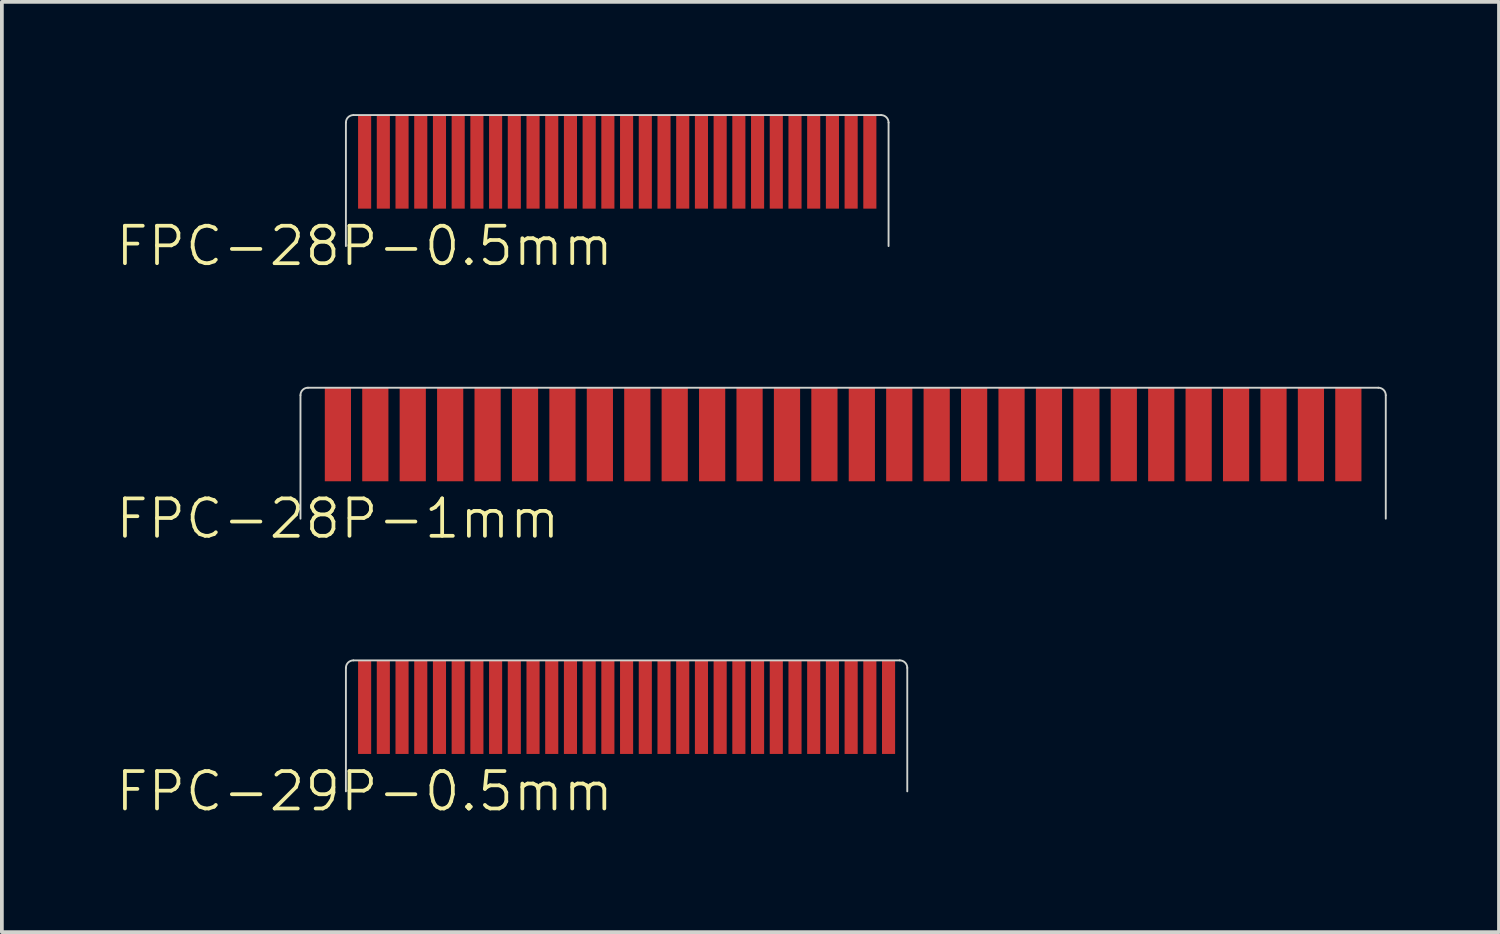
<source format=kicad_pcb>
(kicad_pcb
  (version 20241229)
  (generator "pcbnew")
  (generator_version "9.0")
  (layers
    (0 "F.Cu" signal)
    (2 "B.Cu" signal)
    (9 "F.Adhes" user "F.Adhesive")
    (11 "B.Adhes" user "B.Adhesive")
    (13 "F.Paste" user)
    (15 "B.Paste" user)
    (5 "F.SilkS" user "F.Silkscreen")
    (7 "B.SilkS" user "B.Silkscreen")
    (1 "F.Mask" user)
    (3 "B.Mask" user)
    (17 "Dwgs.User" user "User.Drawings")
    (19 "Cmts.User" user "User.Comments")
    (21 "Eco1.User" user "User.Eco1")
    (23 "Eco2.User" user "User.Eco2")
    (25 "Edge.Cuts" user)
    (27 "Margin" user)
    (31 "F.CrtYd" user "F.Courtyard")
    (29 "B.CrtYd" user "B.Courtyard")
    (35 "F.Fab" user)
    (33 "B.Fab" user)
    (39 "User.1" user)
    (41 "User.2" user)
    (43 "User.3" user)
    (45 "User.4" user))
  (footprint "FPC-29P-0.5mm"
    (layer "F.Cu")
    (at 6.693 15.846)
    (property "Reference" "FPC-29P-0.5mm" (at 0 2.25 0) (unlocked yes) (layer "F.SilkS") (effects (font (size 1 1) (thickness 0.1))))
    (attr smd)
    (fp_line (start -0.5 2.25) (end -0.5 -1.05) (stroke (width 0.05) (type default)) (layer "Edge.Cuts"))
    (fp_line (start -0.3 -1.25) (end 14.3 -1.25) (stroke (width 0.05) (type default)) (layer "Edge.Cuts"))
    (fp_line (start 14.5 2.25) (end 14.5 -1.05) (stroke (width 0.05) (type default)) (layer "Edge.Cuts"))
    (fp_arc (start -0.5 -1.05) (mid -0.441421 -1.191421) (end -0.3 -1.25) (stroke (width 0.05) (type default)) (layer "Edge.Cuts"))
    (fp_arc (start 14.3 -1.25) (mid 14.441421 -1.191421) (end 14.5 -1.05) (stroke (width 0.05) (type default)) (layer "Edge.Cuts"))
    (fp_line (start -0.5 2.25) (end -0.5 -1.05) (stroke (width 0.05) (type default)) (layer "User.1"))
    (fp_line (start -0.5 2.25) (end 14.5 2.25) (stroke (width 0.05) (type default)) (layer "User.1"))
    (fp_line (start -0.3 -1.25) (end 14.3 -1.25) (stroke (width 0.05) (type default)) (layer "User.1"))
    (fp_line (start 14.5 2.25) (end 14.5 -1.05) (stroke (width 0.05) (type default)) (layer "User.1"))
    (fp_arc (start -0.5 -1.05) (mid -0.441421 -1.191421) (end -0.3 -1.25) (stroke (width 0.05) (type default)) (layer "User.1"))
    (fp_arc (start 14.3 -1.25) (mid 14.441421 -1.191421) (end 14.5 -1.05) (stroke (width 0.05) (type default)) (layer "User.1"))
    (pad "1" smd rect (at 0 0 90) (size 2.5 0.35) (layers "F.Cu" "F.Mask" "F.Paste"))
    (pad "2" smd rect (at 0.5 0 90) (size 2.5 0.35) (layers "F.Cu" "F.Mask" "F.Paste"))
    (pad "3" smd rect (at 1 0 90) (size 2.5 0.35) (layers "F.Cu" "F.Mask" "F.Paste"))
    (pad "4" smd rect (at 1.5 0 90) (size 2.5 0.35) (layers "F.Cu" "F.Mask" "F.Paste"))
    (pad "5" smd rect (at 2 0 90) (size 2.5 0.35) (layers "F.Cu" "F.Mask" "F.Paste"))
    (pad "6" smd rect (at 2.5 0 90) (size 2.5 0.35) (layers "F.Cu" "F.Mask" "F.Paste"))
    (pad "7" smd rect (at 3 0 90) (size 2.5 0.35) (layers "F.Cu" "F.Mask" "F.Paste"))
    (pad "8" smd rect (at 3.5 0 90) (size 2.5 0.35) (layers "F.Cu" "F.Mask" "F.Paste"))
    (pad "9" smd rect (at 4 0 90) (size 2.5 0.35) (layers "F.Cu" "F.Mask" "F.Paste"))
    (pad "10" smd rect (at 4.5 0 90) (size 2.5 0.35) (layers "F.Cu" "F.Mask" "F.Paste"))
    (pad "11" smd rect (at 5 0 90) (size 2.5 0.35) (layers "F.Cu" "F.Mask" "F.Paste"))
    (pad "12" smd rect (at 5.5 0 90) (size 2.5 0.35) (layers "F.Cu" "F.Mask" "F.Paste"))
    (pad "13" smd rect (at 6 0 90) (size 2.5 0.35) (layers "F.Cu" "F.Mask" "F.Paste"))
    (pad "14" smd rect (at 6.5 0 90) (size 2.5 0.35) (layers "F.Cu" "F.Mask" "F.Paste"))
    (pad "15" smd rect (at 7 0 90) (size 2.5 0.35) (layers "F.Cu" "F.Mask" "F.Paste"))
    (pad "16" smd rect (at 7.5 0 90) (size 2.5 0.35) (layers "F.Cu" "F.Mask" "F.Paste"))
    (pad "17" smd rect (at 8 0 90) (size 2.5 0.35) (layers "F.Cu" "F.Mask" "F.Paste"))
    (pad "18" smd rect (at 8.5 0 90) (size 2.5 0.35) (layers "F.Cu" "F.Mask" "F.Paste"))
    (pad "19" smd rect (at 9 0 90) (size 2.5 0.35) (layers "F.Cu" "F.Mask" "F.Paste"))
    (pad "20" smd rect (at 9.5 0 90) (size 2.5 0.35) (layers "F.Cu" "F.Mask" "F.Paste"))
    (pad "21" smd rect (at 10 0 90) (size 2.5 0.35) (layers "F.Cu" "F.Mask" "F.Paste"))
    (pad "22" smd rect (at 10.5 0 90) (size 2.5 0.35) (layers "F.Cu" "F.Mask" "F.Paste"))
    (pad "23" smd rect (at 11 0 90) (size 2.5 0.35) (layers "F.Cu" "F.Mask" "F.Paste"))
    (pad "24" smd rect (at 11.5 0 90) (size 2.5 0.35) (layers "F.Cu" "F.Mask" "F.Paste"))
    (pad "25" smd rect (at 12 0 90) (size 2.5 0.35) (layers "F.Cu" "F.Mask" "F.Paste"))
    (pad "26" smd rect (at 12.5 0 90) (size 2.5 0.35) (layers "F.Cu" "F.Mask" "F.Paste"))
    (pad "27" smd rect (at 13 0 90) (size 2.5 0.35) (layers "F.Cu" "F.Mask" "F.Paste"))
    (pad "28" smd rect (at 13.5 0 90) (size 2.5 0.35) (layers "F.Cu" "F.Mask" "F.Paste"))
    (pad "29" smd rect (at 14 0 90) (size 2.5 0.35) (layers "F.Cu" "F.Mask" "F.Paste")))
  (footprint "FPC-28P-0.5mm"
    (layer "F.Cu")
    (at 6.693 1.275)
    (property "Reference" "FPC-28P-0.5mm" (at 0 2.25 0) (unlocked yes) (layer "F.SilkS") (effects (font (size 1 1) (thickness 0.1))))
    (attr smd)
    (fp_line (start -0.5 2.25) (end -0.5 -1.05) (stroke (width 0.05) (type default)) (layer "Edge.Cuts"))
    (fp_line (start -0.3 -1.25) (end 13.8 -1.25) (stroke (width 0.05) (type default)) (layer "Edge.Cuts"))
    (fp_line (start 14 2.25) (end 14 -1.05) (stroke (width 0.05) (type default)) (layer "Edge.Cuts"))
    (fp_arc (start -0.5 -1.05) (mid -0.441421 -1.191421) (end -0.3 -1.25) (stroke (width 0.05) (type default)) (layer "Edge.Cuts"))
    (fp_arc (start 13.8 -1.25) (mid 13.941421 -1.191421) (end 14 -1.05) (stroke (width 0.05) (type default)) (layer "Edge.Cuts"))
    (fp_line (start -0.5 2.25) (end -0.5 -1.05) (stroke (width 0.05) (type default)) (layer "User.1"))
    (fp_line (start -0.5 2.25) (end 14 2.25) (stroke (width 0.05) (type default)) (layer "User.1"))
    (fp_line (start -0.3 -1.25) (end 13.8 -1.25) (stroke (width 0.05) (type default)) (layer "User.1"))
    (fp_line (start 14 2.25) (end 14 -1.05) (stroke (width 0.05) (type default)) (layer "User.1"))
    (fp_arc (start -0.5 -1.05) (mid -0.441421 -1.191421) (end -0.3 -1.25) (stroke (width 0.05) (type default)) (layer "User.1"))
    (fp_arc (start 13.8 -1.25) (mid 13.941421 -1.191421) (end 14 -1.05) (stroke (width 0.05) (type default)) (layer "User.1"))
    (pad "1" smd rect (at 0 0 90) (size 2.5 0.35) (layers "F.Cu" "F.Mask" "F.Paste"))
    (pad "2" smd rect (at 0.5 0 90) (size 2.5 0.35) (layers "F.Cu" "F.Mask" "F.Paste"))
    (pad "3" smd rect (at 1 0 90) (size 2.5 0.35) (layers "F.Cu" "F.Mask" "F.Paste"))
    (pad "4" smd rect (at 1.5 0 90) (size 2.5 0.35) (layers "F.Cu" "F.Mask" "F.Paste"))
    (pad "5" smd rect (at 2 0 90) (size 2.5 0.35) (layers "F.Cu" "F.Mask" "F.Paste"))
    (pad "6" smd rect (at 2.5 0 90) (size 2.5 0.35) (layers "F.Cu" "F.Mask" "F.Paste"))
    (pad "7" smd rect (at 3 0 90) (size 2.5 0.35) (layers "F.Cu" "F.Mask" "F.Paste"))
    (pad "8" smd rect (at 3.5 0 90) (size 2.5 0.35) (layers "F.Cu" "F.Mask" "F.Paste"))
    (pad "9" smd rect (at 4 0 90) (size 2.5 0.35) (layers "F.Cu" "F.Mask" "F.Paste"))
    (pad "10" smd rect (at 4.5 0 90) (size 2.5 0.35) (layers "F.Cu" "F.Mask" "F.Paste"))
    (pad "11" smd rect (at 5 0 90) (size 2.5 0.35) (layers "F.Cu" "F.Mask" "F.Paste"))
    (pad "12" smd rect (at 5.5 0 90) (size 2.5 0.35) (layers "F.Cu" "F.Mask" "F.Paste"))
    (pad "13" smd rect (at 6 0 90) (size 2.5 0.35) (layers "F.Cu" "F.Mask" "F.Paste"))
    (pad "14" smd rect (at 6.5 0 90) (size 2.5 0.35) (layers "F.Cu" "F.Mask" "F.Paste"))
    (pad "15" smd rect (at 7 0 90) (size 2.5 0.35) (layers "F.Cu" "F.Mask" "F.Paste"))
    (pad "16" smd rect (at 7.5 0 90) (size 2.5 0.35) (layers "F.Cu" "F.Mask" "F.Paste"))
    (pad "17" smd rect (at 8 0 90) (size 2.5 0.35) (layers "F.Cu" "F.Mask" "F.Paste"))
    (pad "18" smd rect (at 8.5 0 90) (size 2.5 0.35) (layers "F.Cu" "F.Mask" "F.Paste"))
    (pad "19" smd rect (at 9 0 90) (size 2.5 0.35) (layers "F.Cu" "F.Mask" "F.Paste"))
    (pad "20" smd rect (at 9.5 0 90) (size 2.5 0.35) (layers "F.Cu" "F.Mask" "F.Paste"))
    (pad "21" smd rect (at 10 0 90) (size 2.5 0.35) (layers "F.Cu" "F.Mask" "F.Paste"))
    (pad "22" smd rect (at 10.5 0 90) (size 2.5 0.35) (layers "F.Cu" "F.Mask" "F.Paste"))
    (pad "23" smd rect (at 11 0 90) (size 2.5 0.35) (layers "F.Cu" "F.Mask" "F.Paste"))
    (pad "24" smd rect (at 11.5 0 90) (size 2.5 0.35) (layers "F.Cu" "F.Mask" "F.Paste"))
    (pad "25" smd rect (at 12 0 90) (size 2.5 0.35) (layers "F.Cu" "F.Mask" "F.Paste"))
    (pad "26" smd rect (at 12.5 0 90) (size 2.5 0.35) (layers "F.Cu" "F.Mask" "F.Paste"))
    (pad "27" smd rect (at 13 0 90) (size 2.5 0.35) (layers "F.Cu" "F.Mask" "F.Paste"))
    (pad "28" smd rect (at 13.5 0 90) (size 2.5 0.35) (layers "F.Cu" "F.Mask" "F.Paste")))
  (footprint "FPC-28P-1mm"
    (layer "F.Cu")
    (at 5.979 8.56)
    (property "Reference" "FPC-28P-1mm" (at 0 2.25 0) (unlocked yes) (layer "F.SilkS") (effects (font (size 1 1) (thickness 0.1))))
    (attr smd)
    (fp_line (start -1 2.25) (end -1 -1.05) (stroke (width 0.05) (type default)) (layer "Edge.Cuts"))
    (fp_line (start -0.8 -1.25) (end 27.8 -1.25) (stroke (width 0.05) (type default)) (layer "Edge.Cuts"))
    (fp_line (start 28 2.25) (end 28 -1.05) (stroke (width 0.05) (type default)) (layer "Edge.Cuts"))
    (fp_arc (start -1 -1.05) (mid -0.941421 -1.191421) (end -0.8 -1.25) (stroke (width 0.05) (type default)) (layer "Edge.Cuts"))
    (fp_arc (start 27.8 -1.25) (mid 27.941421 -1.191421) (end 28 -1.05) (stroke (width 0.05) (type default)) (layer "Edge.Cuts"))
    (fp_line (start -1 2.25) (end -1 -1.05) (stroke (width 0.05) (type default)) (layer "User.1"))
    (fp_line (start -1 2.25) (end 28 2.25) (stroke (width 0.05) (type default)) (layer "User.1"))
    (fp_line (start -0.8 -1.25) (end 27.8 -1.25) (stroke (width 0.05) (type default)) (layer "User.1"))
    (fp_line (start 28 2.25) (end 28 -1.05) (stroke (width 0.05) (type default)) (layer "User.1"))
    (fp_arc (start -1 -1.05) (mid -0.941421 -1.191421) (end -0.8 -1.25) (stroke (width 0.05) (type default)) (layer "User.1"))
    (fp_arc (start 27.8 -1.25) (mid 27.941421 -1.191421) (end 28 -1.05) (stroke (width 0.05) (type default)) (layer "User.1"))
    (pad "1" smd rect (at 0 0 90) (size 2.5 0.7) (layers "F.Cu" "F.Mask" "F.Paste"))
    (pad "2" smd rect (at 1 0 90) (size 2.5 0.7) (layers "F.Cu" "F.Mask" "F.Paste"))
    (pad "3" smd rect (at 2 0 90) (size 2.5 0.7) (layers "F.Cu" "F.Mask" "F.Paste"))
    (pad "4" smd rect (at 3 0 90) (size 2.5 0.7) (layers "F.Cu" "F.Mask" "F.Paste"))
    (pad "5" smd rect (at 4 0 90) (size 2.5 0.7) (layers "F.Cu" "F.Mask" "F.Paste"))
    (pad "6" smd rect (at 5 0 90) (size 2.5 0.7) (layers "F.Cu" "F.Mask" "F.Paste"))
    (pad "7" smd rect (at 6 0 90) (size 2.5 0.7) (layers "F.Cu" "F.Mask" "F.Paste"))
    (pad "8" smd rect (at 7 0 90) (size 2.5 0.7) (layers "F.Cu" "F.Mask" "F.Paste"))
    (pad "9" smd rect (at 8 0 90) (size 2.5 0.7) (layers "F.Cu" "F.Mask" "F.Paste"))
    (pad "10" smd rect (at 9 0 90) (size 2.5 0.7) (layers "F.Cu" "F.Mask" "F.Paste"))
    (pad "11" smd rect (at 10 0 90) (size 2.5 0.7) (layers "F.Cu" "F.Mask" "F.Paste"))
    (pad "12" smd rect (at 11 0 90) (size 2.5 0.7) (layers "F.Cu" "F.Mask" "F.Paste"))
    (pad "13" smd rect (at 12 0 90) (size 2.5 0.7) (layers "F.Cu" "F.Mask" "F.Paste"))
    (pad "14" smd rect (at 13 0 90) (size 2.5 0.7) (layers "F.Cu" "F.Mask" "F.Paste"))
    (pad "15" smd rect (at 14 0 90) (size 2.5 0.7) (layers "F.Cu" "F.Mask" "F.Paste"))
    (pad "16" smd rect (at 15 0 90) (size 2.5 0.7) (layers "F.Cu" "F.Mask" "F.Paste"))
    (pad "17" smd rect (at 16 0 90) (size 2.5 0.7) (layers "F.Cu" "F.Mask" "F.Paste"))
    (pad "18" smd rect (at 17 0 90) (size 2.5 0.7) (layers "F.Cu" "F.Mask" "F.Paste"))
    (pad "19" smd rect (at 18 0 90) (size 2.5 0.7) (layers "F.Cu" "F.Mask" "F.Paste"))
    (pad "20" smd rect (at 19 0 90) (size 2.5 0.7) (layers "F.Cu" "F.Mask" "F.Paste"))
    (pad "21" smd rect (at 20 0 90) (size 2.5 0.7) (layers "F.Cu" "F.Mask" "F.Paste"))
    (pad "22" smd rect (at 21 0 90) (size 2.5 0.7) (layers "F.Cu" "F.Mask" "F.Paste"))
    (pad "23" smd rect (at 22 0 90) (size 2.5 0.7) (layers "F.Cu" "F.Mask" "F.Paste"))
    (pad "24" smd rect (at 23 0 90) (size 2.5 0.7) (layers "F.Cu" "F.Mask" "F.Paste"))
    (pad "25" smd rect (at 24 0 90) (size 2.5 0.7) (layers "F.Cu" "F.Mask" "F.Paste"))
    (pad "26" smd rect (at 25 0 90) (size 2.5 0.7) (layers "F.Cu" "F.Mask" "F.Paste"))
    (pad "27" smd rect (at 26 0 90) (size 2.5 0.7) (layers "F.Cu" "F.Mask" "F.Paste"))
    (pad "28" smd rect (at 27 0 90) (size 2.5 0.7) (layers "F.Cu" "F.Mask" "F.Paste")))
  (gr_rect
    (start -3 -3)
    (end 37.004 21.857)
    (stroke (width 0.1) (type default))
    (fill no)
    (layer "Edge.Cuts")))
</source>
